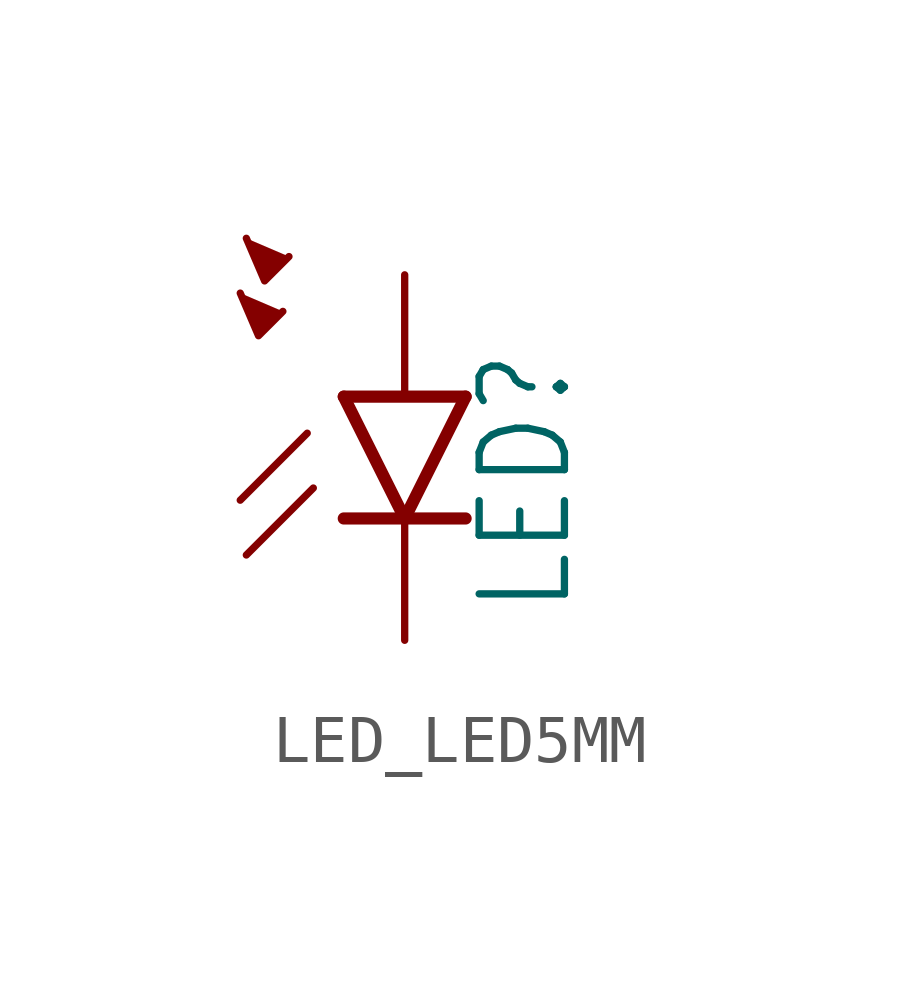
<source format=kicad_sym>
(kicad_symbol_lib
  (version 20241209)
  (generator "kicad_symbol_editor")
  (generator_version "9.0")
  (symbol "LED_LED5MM"
    (property "Reference" "LED"
      (at 3.556 -4.572 90)
      (effects (font (size 1.778 1.511)) (justify left bottom)))
    (property "Value" ""
      (at 5.715 -4.572 90)
      (effects (font (size 1.778 1.511)) (justify left bottom)))
    (property "ki_locked" ""
      (at 0 0 0)
      (effects (font (size 1.27 1.27))))
    (symbol "LED_LED5MM_1_0"
      (polyline (pts (xy -3.429 2.159) (xy -3.048 1.27) (xy -2.54 1.778)) (stroke (width 0.152) (type solid)) (fill (type outline)))
      (polyline (pts (xy -3.302 3.302) (xy -2.921 2.413) (xy -2.413 2.921)) (stroke (width 0.152) (type solid)) (fill (type outline)))
      (polyline (pts (xy -2.032 -0.762) (xy -3.429 -2.159)) (stroke (width 0.152) (type solid)) (fill (type none)))
      (polyline (pts (xy -1.905 -1.905) (xy -3.302 -3.302)) (stroke (width 0.152) (type solid)) (fill (type none)))
      (polyline (pts (xy 0 -2.54) (xy -1.27 0)) (stroke (width 0.254) (type solid)) (fill (type none)))
      (polyline (pts (xy 0 -2.54) (xy -1.27 -2.54)) (stroke (width 0.254) (type solid)) (fill (type none)))
      (polyline (pts (xy 1.27 0) (xy -1.27 0)) (stroke (width 0.254) (type solid)) (fill (type none)))
      (polyline (pts (xy 1.27 0) (xy 0 -2.54)) (stroke (width 0.254) (type solid)) (fill (type none)))
      (polyline (pts (xy 1.27 -2.54) (xy 0 -2.54)) (stroke (width 0.254) (type solid)) (fill (type none)))
      (pin passive line (at 0 2.54 270) (length 2.54) (name "A" (effects (font (size 0 0)))) (number "A" (effects (font (size 0 0)))))
      (pin passive line (at 0 -5.08 90) (length 2.54) (name "C" (effects (font (size 0 0)))) (number "K" (effects (font (size 0 0))))))))
</source>
